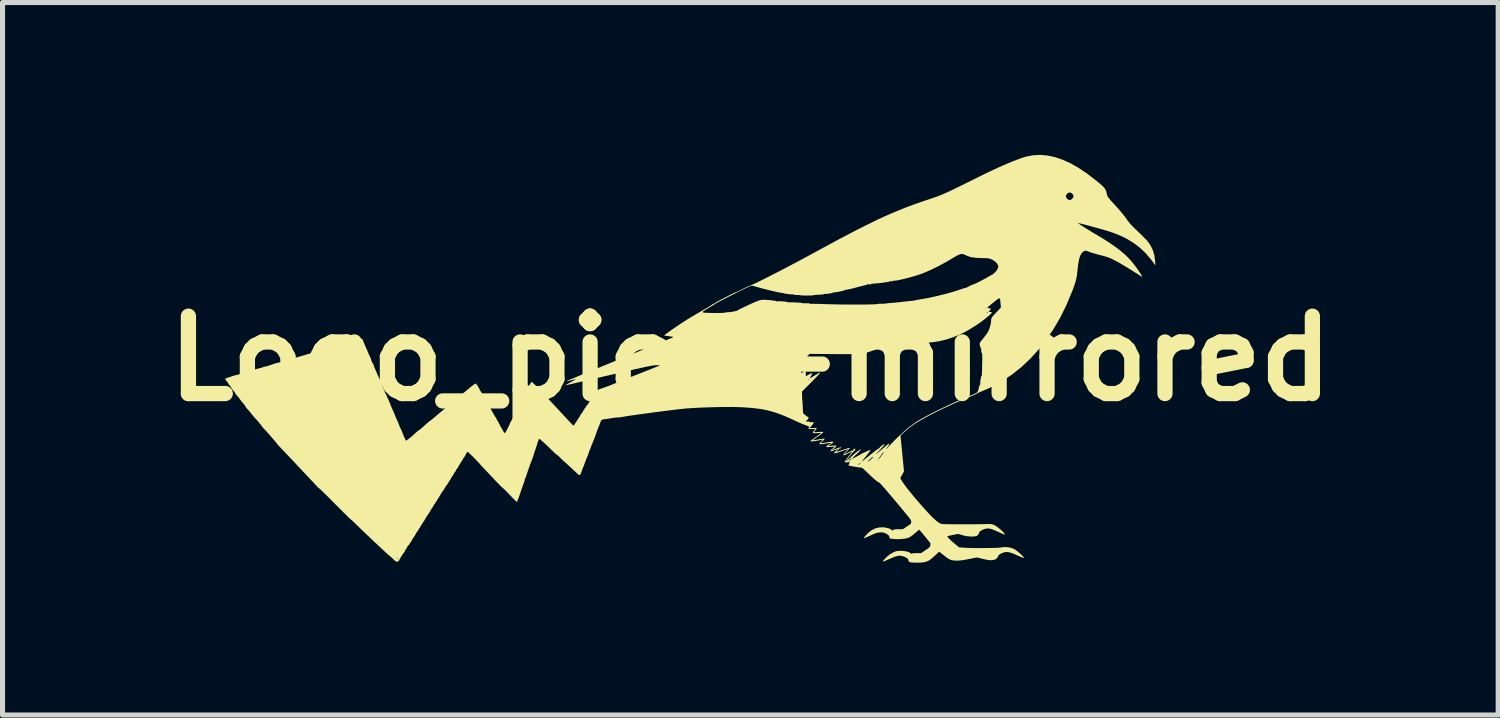
<source format=kicad_pcb>
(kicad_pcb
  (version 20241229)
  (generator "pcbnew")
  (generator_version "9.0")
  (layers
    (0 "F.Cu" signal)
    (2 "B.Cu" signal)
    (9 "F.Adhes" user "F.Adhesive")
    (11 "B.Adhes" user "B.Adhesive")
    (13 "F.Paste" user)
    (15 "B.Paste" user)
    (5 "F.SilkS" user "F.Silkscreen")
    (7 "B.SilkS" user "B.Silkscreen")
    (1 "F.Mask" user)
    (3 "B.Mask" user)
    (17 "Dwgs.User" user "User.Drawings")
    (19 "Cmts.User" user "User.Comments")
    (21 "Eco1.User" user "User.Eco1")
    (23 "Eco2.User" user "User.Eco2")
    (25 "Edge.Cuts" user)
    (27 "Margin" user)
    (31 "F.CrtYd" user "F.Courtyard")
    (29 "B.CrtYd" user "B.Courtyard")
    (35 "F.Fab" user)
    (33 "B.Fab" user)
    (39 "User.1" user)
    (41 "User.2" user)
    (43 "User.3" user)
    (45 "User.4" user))
  (footprint "Logo_pica-mirrored"
    (layer "F.Cu")
    (at 11.728 4.011)
    (property "Reference" "Logo_pica-mirrored" (at 0 0 0) (layer "F.SilkS") (effects (font (size 1.524 1.524) (thickness 0.3))))
    (attr board_only exclude_from_pos_files exclude_from_bom)
    (fp_poly (pts (xy 3.651 0.455) (xy 3.646 0.46) (xy 3.641 0.455) (xy 3.646 0.45)) (stroke (width 0) (type solid)) (fill yes) (layer "F.SilkS"))
    (fp_poly (pts (xy 5.574 -4.004) (xy 5.439 -3.979) (xy 5.35 -3.953) (xy 5.264 -3.921) (xy 5.177 -3.888) (xy 5.087 -3.851) (xy 4.991 -3.81) (xy 4.887 -3.764) (xy 4.775 -3.712) (xy 4.65 -3.653) (xy 4.513 -3.586) (xy 4.369 -3.514) (xy 4.25 -3.455) (xy 4.147 -3.404) (xy 4.058 -3.361) (xy 3.98 -3.323) (xy 3.913 -3.291) (xy 3.853 -3.264) (xy 3.799 -3.24) (xy 3.749 -3.219) (xy 3.701 -3.2) (xy 3.652 -3.182) (xy 3.602 -3.165) (xy 3.547 -3.146) (xy 3.504 -3.132) (xy 3.376 -3.089) (xy 3.253 -3.046) (xy 3.132 -3.002) (xy 3.014 -2.956) (xy 2.895 -2.908) (xy 2.774 -2.857) (xy 2.65 -2.803) (xy 2.522 -2.744) (xy 2.388 -2.679) (xy 2.246 -2.609) (xy 2.096 -2.533) (xy 1.934 -2.449) (xy 1.761 -2.358) (xy 1.574 -2.257) (xy 1.372 -2.148) (xy 1.281 -2.098) (xy 1.164 -2.035) (xy 1.046 -1.971) (xy 0.927 -1.908) (xy 0.809 -1.845) (xy 0.692 -1.784) (xy 0.58 -1.725) (xy 0.472 -1.67) (xy 0.37 -1.618) (xy 0.277 -1.571) (xy 0.193 -1.529) (xy 0.12 -1.493) (xy 0.059 -1.465) (xy 0.011 -1.443) (xy -0.021 -1.43) (xy -0.034 -1.426) (xy -0.046 -1.421) (xy -0.073 -1.409) (xy -0.111 -1.391) (xy -0.155 -1.369) (xy -0.168 -1.362) (xy -0.212 -1.34) (xy -0.249 -1.322) (xy -0.276 -1.31) (xy -0.289 -1.305) (xy -0.29 -1.306) (xy -0.298 -1.303) (xy -0.321 -1.293) (xy -0.355 -1.276) (xy -0.398 -1.255) (xy -0.411 -1.248) (xy -0.465 -1.22) (xy -0.521 -1.191) (xy -0.572 -1.165) (xy -0.611 -1.145) (xy -0.649 -1.124) (xy -0.682 -1.105) (xy -0.705 -1.089) (xy -0.71 -1.086) (xy -0.724 -1.075) (xy -0.73 -1.076) (xy -0.736 -1.076) (xy -0.752 -1.065) (xy -0.753 -1.063) (xy -0.768 -1.052) (xy -0.798 -1.033) (xy -0.839 -1.008) (xy -0.889 -0.979) (xy -0.944 -0.947) (xy -0.955 -0.941) (xy -1.021 -0.902) (xy -1.093 -0.86) (xy -1.165 -0.818) (xy -1.229 -0.778) (xy -1.272 -0.752) (xy -1.318 -0.722) (xy -1.37 -0.688) (xy -1.425 -0.651) (xy -1.481 -0.613) (xy -1.535 -0.576) (xy -1.586 -0.541) (xy -1.63 -0.509) (xy -1.665 -0.483) (xy -1.688 -0.465) (xy -1.698 -0.455) (xy -1.698 -0.455) (xy -1.688 -0.452) (xy -1.662 -0.448) (xy -1.625 -0.442) (xy -1.601 -0.439) (xy -1.559 -0.433) (xy -1.533 -0.429) (xy -1.522 -0.425) (xy -1.523 -0.42) (xy -1.532 -0.415) (xy -1.544 -0.409) (xy -1.574 -0.397) (xy -1.619 -0.378) (xy -1.68 -0.353) (xy -1.754 -0.323) (xy -1.841 -0.287) (xy -1.939 -0.247) (xy -2.047 -0.203) (xy -2.164 -0.155) (xy -2.289 -0.104) (xy -2.42 -0.05) (xy -2.557 0.005) (xy -2.594 0.02) (xy -2.731 0.076) (xy -2.862 0.13) (xy -2.987 0.181) (xy -3.105 0.229) (xy -3.213 0.274) (xy -3.312 0.314) (xy -3.399 0.351) (xy -3.474 0.382) (xy -3.535 0.407) (xy -3.582 0.427) (xy -3.613 0.44) (xy -3.627 0.447) (xy -3.628 0.447) (xy -3.623 0.448) (xy -3.61 0.446) (xy -3.587 0.441) (xy -3.551 0.433) (xy -3.5 0.42) (xy -3.436 0.404) (xy -3.437 0.407) (xy -3.452 0.417) (xy -3.48 0.433) (xy -3.518 0.454) (xy -3.523 0.458) (xy -3.579 0.488) (xy -3.617 0.51) (xy -3.638 0.524) (xy -3.641 0.529) (xy -3.631 0.526) (xy -3.619 0.523) (xy -3.59 0.516) (xy -3.543 0.505) (xy -3.481 0.491) (xy -3.406 0.473) (xy -3.318 0.453) (xy -3.22 0.43) (xy -3.112 0.405) (xy -2.995 0.378) (xy -2.873 0.349) (xy -2.769 0.325) (xy -2.62 0.291) (xy -2.488 0.26) (xy -2.373 0.234) (xy -2.274 0.211) (xy -2.189 0.192) (xy -2.117 0.176) (xy -2.056 0.163) (xy -2.006 0.153) (xy -1.966 0.145) (xy -1.933 0.139) (xy -1.906 0.135) (xy -1.885 0.133) (xy -1.867 0.132) (xy -1.852 0.132) (xy -1.85 0.132) (xy -1.777 0.135) (xy -2.216 0.309) (xy -2.308 0.345) (xy -2.397 0.38) (xy -2.48 0.413) (xy -2.555 0.443) (xy -2.62 0.47) (xy -2.673 0.491) (xy -2.712 0.507) (xy -2.731 0.515) (xy -2.775 0.533) (xy -2.829 0.553) (xy -2.884 0.573) (xy -2.906 0.58) (xy -2.964 0.601) (xy -3.005 0.618) (xy -3.029 0.634) (xy -3.04 0.649) (xy -3.041 0.655) (xy -3.048 0.669) (xy -3.061 0.683) (xy -3.076 0.701) (xy -3.081 0.715) (xy -3.086 0.729) (xy -3.09 0.73) (xy -3.099 0.739) (xy -3.111 0.759) (xy -3.111 0.761) (xy -3.127 0.787) (xy -3.145 0.806) (xy -3.158 0.816) (xy -3.158 0.82) (xy -3.158 0.827) (xy -3.167 0.845) (xy -3.171 0.849) (xy -3.184 0.872) (xy -3.191 0.888) (xy -3.191 0.889) (xy -3.199 0.902) (xy -3.211 0.91) (xy -3.227 0.926) (xy -3.231 0.938) (xy -3.239 0.957) (xy -3.252 0.968) (xy -3.265 0.981) (xy -3.267 0.989) (xy -3.27 1.001) (xy -3.282 1.016) (xy -3.296 1.033) (xy -3.301 1.046) (xy -3.308 1.062) (xy -3.317 1.071) (xy -3.335 1.092) (xy -3.343 1.105) (xy -3.371 1.157) (xy -3.395 1.189) (xy -3.408 1.207) (xy -3.411 1.217) (xy -3.418 1.231) (xy -3.431 1.245) (xy -3.444 1.261) (xy -3.446 1.27) (xy -3.45 1.281) (xy -3.464 1.298) (xy -3.465 1.299) (xy -3.488 1.321) (xy -3.557 1.248) (xy -3.594 1.208) (xy -3.633 1.167) (xy -3.666 1.131) (xy -3.676 1.12) (xy -3.698 1.096) (xy -3.731 1.061) (xy -3.771 1.017) (xy -3.817 0.968) (xy -3.865 0.917) (xy -3.881 0.9) (xy -3.937 0.841) (xy -3.998 0.776) (xy -4.06 0.71) (xy -4.117 0.649) (xy -4.166 0.598) (xy -4.207 0.554) (xy -4.244 0.517) (xy -4.275 0.487) (xy -4.297 0.467) (xy -4.308 0.46) (xy -4.308 0.46) (xy -4.318 0.469) (xy -4.333 0.491) (xy -4.35 0.522) (xy -4.352 0.525) (xy -4.368 0.558) (xy -4.383 0.583) (xy -4.392 0.595) (xy -4.392 0.596) (xy -4.398 0.607) (xy -4.397 0.61) (xy -4.399 0.622) (xy -4.406 0.63) (xy -4.416 0.647) (xy -4.415 0.656) (xy -4.416 0.668) (xy -4.421 0.67) (xy -4.43 0.678) (xy -4.432 0.686) (xy -4.437 0.704) (xy -4.449 0.729) (xy -4.464 0.752) (xy -4.472 0.76) (xy -4.481 0.774) (xy -4.494 0.799) (xy -4.507 0.828) (xy -4.518 0.853) (xy -4.522 0.868) (xy -4.522 0.868) (xy -4.528 0.879) (xy -4.532 0.88) (xy -4.541 0.888) (xy -4.542 0.894) (xy -4.546 0.909) (xy -4.558 0.936) (xy -4.573 0.969) (xy -4.59 1.001) (xy -4.604 1.027) (xy -4.614 1.041) (xy -4.615 1.041) (xy -4.624 1.056) (xy -4.625 1.063) (xy -4.634 1.083) (xy -4.641 1.094) (xy -4.648 1.107) (xy -4.647 1.11) (xy -4.646 1.117) (xy -4.657 1.13) (xy -4.668 1.145) (xy -4.669 1.15) (xy -4.67 1.158) (xy -4.68 1.176) (xy -4.687 1.187) (xy -4.702 1.212) (xy -4.711 1.232) (xy -4.712 1.237) (xy -4.718 1.249) (xy -4.722 1.25) (xy -4.731 1.258) (xy -4.732 1.262) (xy -4.736 1.278) (xy -4.747 1.305) (xy -4.763 1.34) (xy -4.782 1.377) (xy -4.801 1.414) (xy -4.818 1.444) (xy -4.831 1.465) (xy -4.837 1.471) (xy -4.846 1.462) (xy -4.861 1.44) (xy -4.878 1.41) (xy -4.88 1.406) (xy -4.898 1.373) (xy -4.913 1.348) (xy -4.922 1.335) (xy -4.923 1.335) (xy -4.931 1.321) (xy -4.932 1.315) (xy -4.938 1.296) (xy -4.947 1.283) (xy -4.959 1.265) (xy -4.963 1.255) (xy -4.969 1.241) (xy -4.978 1.229) (xy -4.992 1.209) (xy -4.996 1.197) (xy -5.004 1.177) (xy -5.013 1.163) (xy -5.029 1.143) (xy -5.036 1.13) (xy -5.045 1.113) (xy -5.06 1.087) (xy -5.067 1.075) (xy -5.087 1.04) (xy -5.108 1.002) (xy -5.114 0.99) (xy -5.13 0.961) (xy -5.144 0.939) (xy -5.15 0.932) (xy -5.16 0.914) (xy -5.162 0.906) (xy -5.169 0.889) (xy -5.177 0.88) (xy -5.19 0.861) (xy -5.192 0.849) (xy -5.196 0.834) (xy -5.202 0.83) (xy -5.207 0.829) (xy -5.214 0.822) (xy -5.223 0.807) (xy -5.236 0.782) (xy -5.256 0.744) (xy -5.274 0.708) (xy -5.291 0.676) (xy -5.307 0.651) (xy -5.317 0.641) (xy -5.33 0.622) (xy -5.332 0.61) (xy -5.339 0.589) (xy -5.347 0.58) (xy -5.36 0.564) (xy -5.362 0.556) (xy -5.367 0.545) (xy -5.412 0.545) (xy -5.417 0.55) (xy -5.422 0.545) (xy -5.417 0.54) (xy -5.412 0.545) (xy -5.367 0.545) (xy -5.369 0.542) (xy -5.383 0.52) (xy -5.387 0.516) (xy -5.403 0.498) (xy -5.415 0.493) (xy -5.429 0.5) (xy -5.434 0.504) (xy -5.485 0.541) (xy -5.529 0.577) (xy -5.577 0.617) (xy -5.601 0.638) (xy -5.638 0.669) (xy -5.674 0.698) (xy -5.703 0.719) (xy -5.712 0.725) (xy -5.736 0.741) (xy -5.751 0.755) (xy -5.754 0.758) (xy -5.762 0.768) (xy -5.781 0.787) (xy -5.808 0.811) (xy -5.837 0.837) (xy -5.867 0.862) (xy -5.892 0.883) (xy -5.911 0.897) (xy -5.918 0.9) (xy -5.918 0.9) (xy -5.925 0.904) (xy -5.942 0.918) (xy -5.963 0.937) (xy -5.998 0.968) (xy -6.036 1.001) (xy -6.055 1.017) (xy -6.083 1.04) (xy -6.12 1.071) (xy -6.161 1.106) (xy -6.192 1.132) (xy -6.23 1.165) (xy -6.265 1.194) (xy -6.294 1.216) (xy -6.309 1.227) (xy -6.33 1.242) (xy -6.359 1.266) (xy -6.392 1.295) (xy -6.403 1.305) (xy -6.453 1.351) (xy -6.491 1.384) (xy -6.515 1.403) (xy -6.529 1.41) (xy -6.529 1.411) (xy -6.539 1.417) (xy -6.559 1.434) (xy -6.586 1.458) (xy -6.592 1.463) (xy -6.641 1.508) (xy -6.683 1.545) (xy -6.723 1.577) (xy -6.745 1.593) (xy -6.782 1.621) (xy -6.813 1.555) (xy -6.829 1.521) (xy -6.841 1.493) (xy -6.847 1.478) (xy -6.847 1.477) (xy -6.852 1.461) (xy -6.862 1.436) (xy -6.867 1.426) (xy -6.883 1.39) (xy -6.899 1.356) (xy -6.901 1.351) (xy -6.912 1.327) (xy -6.918 1.312) (xy -6.918 1.311) (xy -6.925 1.291) (xy -6.938 1.259) (xy -6.953 1.225) (xy -6.976 1.174) (xy -6.992 1.138) (xy -7.001 1.115) (xy -7.005 1.103) (xy -7.005 1.1) (xy -7.009 1.089) (xy -7.016 1.075) (xy -7.025 1.058) (xy -7.028 1.05) (xy -7.032 1.039) (xy -7.042 1.016) (xy -7.046 1.008) (xy -7.067 0.961) (xy -7.081 0.929) (xy -7.089 0.907) (xy -7.092 0.893) (xy -7.093 0.886) (xy -7.098 0.872) (xy -7.103 0.87) (xy -7.111 0.862) (xy -7.113 0.851) (xy -7.117 0.832) (xy -7.123 0.825) (xy -7.131 0.811) (xy -7.133 0.8) (xy -7.137 0.784) (xy -7.144 0.78) (xy -7.151 0.773) (xy -7.15 0.768) (xy -7.153 0.751) (xy -7.16 0.742) (xy -7.169 0.727) (xy -7.168 0.721) (xy -7.17 0.709) (xy -7.178 0.7) (xy -7.19 0.685) (xy -7.193 0.678) (xy -7.197 0.663) (xy -7.206 0.639) (xy -7.207 0.637) (xy -7.224 0.597) (xy -7.234 0.571) (xy -7.237 0.556) (xy -7.238 0.555) (xy -7.243 0.539) (xy -7.248 0.53) (xy -7.256 0.515) (xy -7.258 0.51) (xy -7.262 0.499) (xy -7.272 0.476) (xy -7.277 0.465) (xy -7.307 0.399) (xy -7.328 0.35) (xy -7.342 0.32) (xy -7.344 0.315) (xy -7.359 0.278) (xy -7.378 0.235) (xy -7.395 0.196) (xy -7.408 0.167) (xy -7.409 0.166) (xy -7.417 0.144) (xy -7.417 0.129) (xy -7.417 0.129) (xy -7.418 0.12) (xy -7.42 0.12) (xy -7.428 0.112) (xy -7.44 0.091) (xy -7.454 0.064) (xy -7.465 0.037) (xy -7.472 0.016) (xy -7.473 0.011) (xy -7.477 -0.003) (xy -7.488 -0.027) (xy -7.494 -0.042) (xy -7.509 -0.072) (xy -7.52 -0.098) (xy -7.523 -0.105) (xy -7.532 -0.126) (xy -7.545 -0.156) (xy -7.551 -0.17) (xy -7.568 -0.208) (xy -7.586 -0.251) (xy -7.605 -0.294) (xy -7.621 -0.333) (xy -7.632 -0.362) (xy -7.636 -0.373) (xy -7.65 -0.387) (xy -7.662 -0.39) (xy -7.676 -0.387) (xy -7.707 -0.38) (xy -7.751 -0.367) (xy -7.808 -0.351) (xy -7.873 -0.333) (xy -7.944 -0.312) (xy -7.967 -0.305) (xy -8.04 -0.283) (xy -8.108 -0.263) (xy -8.167 -0.246) (xy -8.217 -0.232) (xy -8.253 -0.222) (xy -8.273 -0.216) (xy -8.275 -0.216) (xy -8.295 -0.212) (xy -8.303 -0.21) (xy -8.317 -0.209) (xy -8.317 -0.209) (xy -8.331 -0.204) (xy -8.332 -0.203) (xy -8.345 -0.196) (xy -8.371 -0.186) (xy -8.406 -0.174) (xy -8.446 -0.163) (xy -8.484 -0.153) (xy -8.515 -0.146) (xy -8.524 -0.145) (xy -8.557 -0.139) (xy -8.592 -0.129) (xy -8.623 -0.118) (xy -8.638 -0.111) (xy -8.653 -0.105) (xy -8.68 -0.096) (xy -8.703 -0.091) (xy -8.735 -0.082) (xy -8.76 -0.075) (xy -8.768 -0.072) (xy -8.787 -0.064) (xy -8.793 -0.063) (xy -8.807 -0.06) (xy -8.837 -0.051) (xy -8.88 -0.039) (xy -8.932 -0.024) (xy -8.99 -0.007) (xy -8.993 -0.006) (xy -9.051 0.011) (xy -9.102 0.025) (xy -9.143 0.036) (xy -9.172 0.042) (xy -9.185 0.044) (xy -9.186 0.044) (xy -9.193 0.046) (xy -9.194 0.05) (xy -9.201 0.058) (xy -9.208 0.057) (xy -9.224 0.057) (xy -9.229 0.061) (xy -9.241 0.066) (xy -9.244 0.065) (xy -9.256 0.067) (xy -9.259 0.071) (xy -9.273 0.077) (xy -9.28 0.076) (xy -9.292 0.076) (xy -9.294 0.079) (xy -9.302 0.085) (xy -9.323 0.088) (xy -9.324 0.088) (xy -9.351 0.092) (xy -9.369 0.101) (xy -9.381 0.107) (xy -9.384 0.105) (xy -9.39 0.104) (xy -9.399 0.11) (xy -9.411 0.117) (xy -9.414 0.115) (xy -9.42 0.114) (xy -9.429 0.12) (xy -9.441 0.127) (xy -9.444 0.125) (xy -9.45 0.124) (xy -9.459 0.13) (xy -9.471 0.138) (xy -9.474 0.137) (xy -9.482 0.137) (xy -9.502 0.143) (xy -9.509 0.146) (xy -9.531 0.154) (xy -9.543 0.156) (xy -9.544 0.156) (xy -9.552 0.156) (xy -9.573 0.162) (xy -9.586 0.166) (xy -9.617 0.177) (xy -9.643 0.184) (xy -9.649 0.186) (xy -9.668 0.19) (xy -9.7 0.199) (xy -9.734 0.209) (xy -9.84 0.242) (xy -9.928 0.268) (xy -10 0.29) (xy -10.057 0.306) (xy -10.101 0.319) (xy -10.133 0.327) (xy -10.154 0.333) (xy -10.164 0.334) (xy -10.184 0.34) (xy -10.189 0.342) (xy -10.203 0.348) (xy -10.231 0.357) (xy -10.266 0.368) (xy -10.272 0.369) (xy -10.306 0.381) (xy -10.332 0.392) (xy -10.344 0.401) (xy -10.344 0.402) (xy -10.338 0.415) (xy -10.322 0.437) (xy -10.314 0.447) (xy -10.296 0.469) (xy -10.285 0.486) (xy -10.284 0.489) (xy -10.278 0.501) (xy -10.262 0.521) (xy -10.254 0.53) (xy -10.236 0.552) (xy -10.225 0.57) (xy -10.224 0.574) (xy -10.218 0.587) (xy -10.201 0.609) (xy -10.184 0.629) (xy -10.162 0.655) (xy -10.148 0.676) (xy -10.144 0.685) (xy -10.137 0.699) (xy -10.121 0.719) (xy -10.113 0.726) (xy -10.087 0.755) (xy -10.064 0.787) (xy -10.061 0.79) (xy -10.043 0.816) (xy -10.018 0.849) (xy -9.992 0.879) (xy -9.968 0.907) (xy -9.951 0.93) (xy -9.944 0.944) (xy -9.944 0.944) (xy -9.937 0.958) (xy -9.92 0.979) (xy -9.909 0.991) (xy -9.882 1.019) (xy -9.853 1.054) (xy -9.837 1.075) (xy -9.813 1.106) (xy -9.781 1.144) (xy -9.746 1.184) (xy -9.731 1.2) (xy -9.697 1.237) (xy -9.665 1.276) (xy -9.639 1.308) (xy -9.631 1.32) (xy -9.609 1.35) (xy -9.587 1.376) (xy -9.578 1.385) (xy -9.556 1.408) (xy -9.525 1.441) (xy -9.489 1.481) (xy -9.45 1.525) (xy -9.411 1.571) (xy -9.375 1.613) (xy -9.344 1.65) (xy -9.323 1.678) (xy -9.314 1.689) (xy -9.304 1.701) (xy -9.283 1.724) (xy -9.254 1.755) (xy -9.22 1.791) (xy -9.217 1.794) (xy -9.183 1.829) (xy -9.139 1.875) (xy -9.089 1.928) (xy -9.035 1.985) (xy -8.981 2.042) (xy -8.959 2.066) (xy -8.902 2.127) (xy -8.839 2.194) (xy -8.776 2.261) (xy -8.716 2.324) (xy -8.665 2.379) (xy -8.654 2.39) (xy -8.612 2.434) (xy -8.575 2.475) (xy -8.544 2.508) (xy -8.522 2.532) (xy -8.511 2.544) (xy -8.511 2.545) (xy -8.504 2.55) (xy -8.504 2.546) (xy -8.497 2.551) (xy -8.477 2.569) (xy -8.447 2.598) (xy -8.406 2.638) (xy -8.357 2.686) (xy -8.301 2.741) (xy -8.24 2.803) (xy -8.189 2.854) (xy -8.123 2.92) (xy -8.062 2.981) (xy -8.007 3.036) (xy -7.959 3.083) (xy -7.919 3.122) (xy -7.89 3.151) (xy -7.872 3.167) (xy -7.867 3.171) (xy -7.857 3.178) (xy -7.837 3.196) (xy -7.807 3.224) (xy -7.771 3.258) (xy -7.754 3.276) (xy -7.706 3.322) (xy -7.654 3.373) (xy -7.603 3.422) (xy -7.56 3.463) (xy -7.558 3.465) (xy -7.512 3.509) (xy -7.46 3.558) (xy -7.41 3.605) (xy -7.383 3.63) (xy -7.313 3.696) (xy -7.256 3.75) (xy -7.21 3.792) (xy -7.175 3.825) (xy -7.147 3.85) (xy -7.127 3.868) (xy -7.112 3.88) (xy -7.108 3.883) (xy -7.083 3.904) (xy -7.053 3.931) (xy -7.039 3.944) (xy -7.005 3.977) (xy -6.981 3.996) (xy -6.962 4.003) (xy -6.947 4) (xy -6.935 3.992) (xy -6.919 3.977) (xy -6.913 3.967) (xy -6.908 3.954) (xy -6.899 3.938) (xy -6.946 3.938) (xy -6.948 3.942) (xy -6.957 3.951) (xy -6.958 3.952) (xy -6.963 3.944) (xy -6.963 3.942) (xy -6.955 3.932) (xy -6.952 3.932) (xy -6.946 3.938) (xy -6.899 3.938) (xy -6.894 3.929) (xy -6.876 3.898) (xy -6.855 3.867) (xy -6.836 3.839) (xy -6.821 3.82) (xy -6.815 3.814) (xy -6.807 3.805) (xy -6.808 3.802) (xy -6.805 3.789) (xy -6.794 3.77) (xy -6.793 3.769) (xy -6.779 3.749) (xy -6.773 3.737) (xy -6.773 3.737) (xy -6.767 3.724) (xy -6.753 3.702) (xy -6.736 3.68) (xy -6.72 3.663) (xy -6.715 3.658) (xy -6.706 3.647) (xy -6.707 3.642) (xy -6.706 3.636) (xy -7.313 3.636) (xy -7.318 3.641) (xy -7.323 3.636) (xy -7.318 3.631) (xy -7.313 3.636) (xy -6.706 3.636) (xy -6.705 3.63) (xy -6.696 3.62) (xy -6.679 3.6) (xy -6.671 3.587) (xy -6.645 3.538) (xy -6.62 3.504) (xy -6.607 3.486) (xy -6.602 3.476) (xy -7.483 3.476) (xy -7.488 3.481) (xy -7.493 3.476) (xy -7.488 3.471) (xy -7.483 3.476) (xy -6.602 3.476) (xy -6.594 3.46) (xy -6.58 3.435) (xy -6.563 3.41) (xy -6.548 3.391) (xy -6.543 3.386) (xy -6.536 3.375) (xy -6.537 3.372) (xy -6.535 3.36) (xy -6.526 3.35) (xy -6.509 3.33) (xy -6.502 3.317) (xy -6.495 3.302) (xy -6.485 3.285) (xy -6.471 3.263) (xy -6.449 3.23) (xy -6.435 3.209) (xy -6.417 3.183) (xy -6.406 3.163) (xy -6.403 3.156) (xy -6.397 3.146) (xy -6.384 3.124) (xy -6.37 3.103) (xy -6.343 3.063) (xy -6.325 3.036) (xy -7.943 3.036) (xy -7.948 3.041) (xy -7.953 3.036) (xy -7.948 3.031) (xy -7.943 3.036) (xy -6.325 3.036) (xy -6.325 3.036) (xy -6.314 3.017) (xy -6.307 3.004) (xy -6.306 3.001) (xy -6.296 2.985) (xy -6.28 2.959) (xy -6.266 2.939) (xy -6.248 2.911) (xy -6.236 2.89) (xy -6.232 2.881) (xy -6.226 2.871) (xy -6.223 2.871) (xy -6.214 2.863) (xy -6.204 2.842) (xy -6.204 2.841) (xy -6.194 2.82) (xy -6.183 2.811) (xy -6.183 2.811) (xy -6.173 2.803) (xy -6.172 2.797) (xy -6.166 2.778) (xy -6.159 2.769) (xy -6.145 2.751) (xy -6.132 2.729) (xy -6.107 2.686) (xy -6.084 2.647) (xy -6.063 2.616) (xy -6.048 2.596) (xy -6.042 2.591) (xy -6.033 2.583) (xy -6.032 2.577) (xy -6.026 2.558) (xy -6.019 2.549) (xy -6.004 2.528) (xy -5.998 2.513) (xy -5.989 2.496) (xy -5.981 2.491) (xy -5.97 2.483) (xy -5.962 2.468) (xy -5.928 2.408) (xy -5.907 2.381) (xy -5.897 2.367) (xy -5.897 2.361) (xy -5.898 2.355) (xy -5.887 2.341) (xy -5.869 2.316) (xy -8.663 2.316) (xy -8.668 2.321) (xy -8.673 2.316) (xy -8.668 2.311) (xy -8.663 2.316) (xy -5.869 2.316) (xy -5.853 2.293) (xy -5.834 2.255) (xy -5.819 2.232) (xy -5.808 2.222) (xy -5.798 2.208) (xy -5.797 2.201) (xy -5.795 2.189) (xy -5.786 2.18) (xy -5.769 2.16) (xy -5.761 2.146) (xy -5.749 2.124) (xy -5.733 2.097) (xy -5.732 2.096) (xy -5.717 2.071) (xy -5.706 2.052) (xy -5.706 2.051) (xy -5.695 2.033) (xy -5.679 2.013) (xy -5.667 1.998) (xy -5.667 1.991) (xy -5.667 1.991) (xy -5.667 1.985) (xy -5.657 1.971) (xy -5.643 1.953) (xy -5.628 1.931) (xy -5.611 1.899) (xy -5.597 1.873) (xy -5.584 1.85) (xy -5.573 1.837) (xy -5.572 1.836) (xy -5.563 1.841) (xy -5.543 1.858) (xy -5.515 1.885) (xy -5.48 1.918) (xy -5.443 1.955) (xy -5.405 1.994) (xy -5.369 2.032) (xy -5.338 2.066) (xy -5.321 2.085) (xy -5.294 2.116) (xy -5.266 2.146) (xy -5.257 2.156) (xy -5.242 2.171) (xy -5.215 2.199) (xy -5.179 2.237) (xy -5.137 2.282) (xy -5.09 2.331) (xy -5.057 2.366) (xy -5.01 2.416) (xy -4.967 2.46) (xy -4.93 2.498) (xy -4.901 2.527) (xy -4.882 2.544) (xy -4.876 2.549) (xy -4.866 2.557) (xy -4.845 2.577) (xy -4.815 2.607) (xy -4.778 2.645) (xy -4.738 2.686) (xy -4.697 2.729) (xy -4.661 2.766) (xy -4.631 2.795) (xy -4.611 2.814) (xy -4.602 2.821) (xy -4.598 2.819) (xy -4.593 2.813) (xy -4.586 2.799) (xy -4.577 2.775) (xy -4.563 2.738) (xy -4.545 2.687) (xy -4.531 2.646) (xy -4.513 2.593) (xy -4.494 2.54) (xy -4.477 2.492) (xy -4.468 2.467) (xy -4.456 2.433) (xy -4.448 2.406) (xy -4.447 2.391) (xy -4.447 2.391) (xy -4.446 2.38) (xy -4.444 2.379) (xy -4.438 2.369) (xy -4.428 2.344) (xy -4.414 2.308) (xy -4.405 2.281) (xy -4.38 2.207) (xy -4.355 2.136) (xy -4.332 2.071) (xy -4.311 2.016) (xy -4.295 1.974) (xy -4.289 1.958) (xy -4.277 1.928) (xy -4.269 1.902) (xy -4.268 1.898) (xy -4.263 1.873) (xy -4.259 1.861) (xy -4.24 1.808) (xy -4.239 1.806) (xy -9.144 1.806) (xy -9.149 1.811) (xy -9.154 1.806) (xy -9.149 1.801) (xy -9.144 1.806) (xy -4.239 1.806) (xy -4.22 1.751) (xy -4.203 1.698) (xy -4.196 1.671) (xy -4.186 1.639) (xy -4.176 1.614) (xy -4.171 1.605) (xy -4.167 1.591) (xy -4.169 1.586) (xy -4.168 1.581) (xy -4.159 1.582) (xy -4.144 1.591) (xy -4.117 1.612) (xy -4.078 1.646) (xy -4.03 1.69) (xy -3.973 1.744) (xy -3.91 1.806) (xy -3.882 1.833) (xy -3.852 1.862) (xy -3.826 1.885) (xy -3.809 1.899) (xy -3.804 1.901) (xy -3.793 1.908) (xy -3.772 1.925) (xy -3.75 1.948) (xy -3.717 1.982) (xy -3.681 2.016) (xy -3.661 2.034) (xy -3.62 2.07) (xy -3.571 2.115) (xy -3.519 2.163) (xy -3.468 2.21) (xy -3.425 2.25) (xy -3.418 2.257) (xy -3.392 2.282) (xy -3.375 2.293) (xy -3.364 2.295) (xy -3.355 2.289) (xy -3.341 2.27) (xy -3.338 2.26) (xy -3.332 2.24) (xy -3.33 2.236) (xy -3.323 2.221) (xy -3.314 2.195) (xy -3.311 2.186) (xy -3.302 2.158) (xy -3.293 2.139) (xy -3.291 2.136) (xy -3.284 2.121) (xy -3.274 2.094) (xy -3.266 2.071) (xy -3.255 2.038) (xy -3.244 2.013) (xy -3.239 2.003) (xy -3.233 1.993) (xy -3.235 1.991) (xy -3.235 1.983) (xy -3.227 1.963) (xy -3.22 1.949) (xy -3.204 1.913) (xy -3.189 1.872) (xy -3.184 1.857) (xy -3.174 1.826) (xy -3.165 1.803) (xy -3.162 1.796) (xy -3.154 1.78) (xy -3.144 1.754) (xy -3.141 1.746) (xy -3.132 1.718) (xy -3.124 1.699) (xy -3.123 1.696) (xy -3.116 1.682) (xy -3.116 1.681) (xy -3.111 1.669) (xy -3.102 1.645) (xy -3.091 1.617) (xy -3.084 1.601) (xy -3.078 1.585) (xy -3.076 1.581) (xy -3.071 1.568) (xy -3.068 1.561) (xy -3.061 1.542) (xy -3.051 1.514) (xy -3.046 1.501) (xy -3.025 1.44) (xy -3.008 1.395) (xy -2.996 1.363) (xy -2.987 1.339) (xy -2.979 1.321) (xy -2.976 1.314) (xy -2.966 1.291) (xy -2.961 1.276) (xy -2.961 1.276) (xy -2.957 1.263) (xy -2.948 1.24) (xy -2.945 1.235) (xy -2.937 1.219) (xy -2.927 1.209) (xy -2.91 1.202) (xy -2.883 1.196) (xy -2.843 1.191) (xy -2.796 1.184) (xy -2.75 1.177) (xy -2.714 1.171) (xy -2.708 1.17) (xy -2.667 1.164) (xy -2.625 1.161) (xy -2.615 1.16) (xy -2.575 1.158) (xy -2.535 1.153) (xy -2.528 1.151) (xy -2.494 1.145) (xy -2.443 1.136) (xy -2.377 1.126) (xy -2.299 1.115) (xy -2.21 1.102) (xy -2.113 1.088) (xy -2.01 1.075) (xy -1.904 1.06) (xy -1.798 1.047) (xy -1.693 1.033) (xy -1.592 1.021) (xy -1.498 1.009) (xy -1.412 0.999) (xy -1.338 0.991) (xy -1.277 0.984) (xy -1.235 0.981) (xy -1.131 0.974) (xy -1.015 0.968) (xy -0.892 0.963) (xy -0.765 0.959) (xy -0.637 0.956) (xy -0.513 0.954) (xy -0.397 0.954) (xy -0.291 0.955) (xy -0.201 0.958) (xy -0.174 0.959) (xy -0.026 0.968) (xy 0.106 0.981) (xy 0.227 0.998) (xy 0.34 1.021) (xy 0.449 1.05) (xy 0.56 1.087) (xy 0.675 1.132) (xy 0.799 1.186) (xy 0.84 1.205) (xy 0.896 1.231) (xy 0.95 1.256) (xy 0.998 1.277) (xy 1.035 1.292) (xy 1.05 1.298) (xy 1.098 1.316) (xy 1.13 1.328) (xy 1.148 1.336) (xy 1.156 1.343) (xy 1.156 1.348) (xy 1.151 1.355) (xy 1.15 1.356) (xy 1.142 1.374) (xy 1.154 1.385) (xy 1.183 1.39) (xy 1.219 1.389) (xy 1.279 1.384) (xy 1.249 1.422) (xy 1.233 1.445) (xy 1.229 1.459) (xy 1.238 1.468) (xy 1.262 1.471) (xy 1.304 1.469) (xy 1.329 1.468) (xy 1.367 1.465) (xy 1.388 1.465) (xy 1.394 1.467) (xy 1.389 1.473) (xy 1.381 1.479) (xy 1.361 1.493) (xy 1.331 1.514) (xy 1.297 1.539) (xy 1.291 1.543) (xy 1.257 1.567) (xy 1.226 1.59) (xy 1.204 1.605) (xy 1.202 1.606) (xy 1.186 1.62) (xy 1.185 1.629) (xy 1.199 1.633) (xy 1.23 1.631) (xy 1.279 1.624) (xy 1.326 1.616) (xy 1.22 1.616) (xy 1.215 1.621) (xy 1.21 1.616) (xy 1.215 1.611) (xy 1.22 1.616) (xy 1.326 1.616) (xy 1.345 1.612) (xy 1.423 1.596) (xy 1.425 1.6) (xy 1.415 1.614) (xy 1.393 1.635) (xy 1.393 1.636) (xy 1.369 1.659) (xy 1.359 1.675) (xy 1.362 1.684) (xy 1.381 1.687) (xy 1.416 1.685) (xy 1.469 1.677) (xy 1.491 1.673) (xy 1.541 1.664) (xy 1.573 1.661) (xy 1.587 1.662) (xy 1.584 1.669) (xy 1.565 1.681) (xy 1.54 1.695) (xy 1.514 1.711) (xy 1.498 1.726) (xy 1.496 1.732) (xy 1.499 1.74) (xy 1.511 1.744) (xy 1.534 1.744) (xy 1.573 1.741) (xy 1.606 1.738) (xy 1.666 1.731) (xy 1.616 1.774) (xy 1.589 1.801) (xy 1.578 1.818) (xy 1.585 1.825) (xy 1.609 1.821) (xy 1.65 1.808) (xy 1.665 1.802) (xy 1.7 1.789) (xy 1.726 1.78) (xy 1.74 1.776) (xy 1.741 1.776) (xy 1.733 1.783) (xy 1.714 1.798) (xy 1.689 1.816) (xy 1.66 1.839) (xy 1.648 1.854) (xy 1.649 1.863) (xy 1.661 1.865) (xy 1.686 1.861) (xy 1.726 1.85) (xy 1.737 1.846) (xy 1.681 1.846) (xy 1.676 1.851) (xy 1.671 1.846) (xy 1.676 1.841) (xy 1.681 1.846) (xy 1.737 1.846) (xy 1.782 1.831) (xy 1.791 1.827) (xy 1.922 1.781) (xy 1.871 1.84) (xy 1.848 1.869) (xy 1.834 1.891) (xy 1.829 1.904) (xy 1.83 1.905) (xy 1.843 1.904) (xy 1.869 1.895) (xy 1.903 1.879) (xy 1.92 1.871) (xy 1.956 1.854) (xy 1.983 1.841) (xy 1.999 1.836) (xy 2.001 1.836) (xy 1.995 1.845) (xy 1.979 1.867) (xy 1.955 1.898) (xy 1.926 1.935) (xy 1.925 1.936) (xy 1.897 1.973) (xy 1.874 2.005) (xy 1.859 2.028) (xy 1.854 2.039) (xy 1.854 2.039) (xy 1.867 2.044) (xy 1.892 2.045) (xy 1.919 2.042) (xy 1.943 2.036) (xy 1.943 2.036) (xy 1.954 2.033) (xy 1.955 2.039) (xy 1.949 2.057) (xy 1.945 2.066) (xy 1.936 2.09) (xy 1.934 2.106) (xy 1.934 2.108) (xy 1.946 2.111) (xy 1.973 2.116) (xy 2.012 2.123) (xy 2.06 2.131) (xy 2.072 2.133) (xy 2.205 2.153) (xy 2.354 2.295) (xy 2.412 2.348) (xy 2.459 2.39) (xy 2.494 2.419) (xy 2.517 2.434) (xy 2.524 2.436) (xy 2.533 2.44) (xy 2.549 2.454) (xy 2.573 2.478) (xy 2.605 2.513) (xy 2.646 2.56) (xy 2.698 2.62) (xy 2.76 2.693) (xy 2.834 2.78) (xy 2.859 2.811) (xy 2.931 2.896) (xy 2.99 2.968) (xy 3.039 3.027) (xy 3.078 3.074) (xy 3.109 3.112) (xy 3.132 3.142) (xy 3.148 3.165) (xy 3.159 3.182) (xy 3.165 3.195) (xy 3.167 3.205) (xy 3.167 3.213) (xy 3.166 3.221) (xy 3.161 3.244) (xy 3.158 3.257) (xy 3.158 3.257) (xy 3.149 3.263) (xy 3.128 3.277) (xy 3.098 3.297) (xy 3.079 3.31) (xy 3.002 3.361) (xy 2.915 3.361) (xy 2.868 3.362) (xy 2.837 3.366) (xy 2.817 3.372) (xy 2.81 3.378) (xy 2.796 3.389) (xy 2.789 3.385) (xy 2.785 3.378) (xy 2.772 3.366) (xy 2.745 3.353) (xy 2.709 3.34) (xy 2.622 3.323) (xy 2.537 3.326) (xy 2.455 3.347) (xy 2.379 3.387) (xy 2.346 3.412) (xy 2.316 3.439) (xy 2.287 3.468) (xy 2.261 3.496) (xy 2.242 3.519) (xy 2.233 3.534) (xy 2.233 3.537) (xy 2.244 3.535) (xy 2.269 3.526) (xy 2.305 3.511) (xy 2.349 3.491) (xy 2.362 3.485) (xy 2.418 3.46) (xy 2.46 3.443) (xy 2.495 3.432) (xy 2.526 3.426) (xy 2.551 3.424) (xy 2.591 3.423) (xy 2.622 3.427) (xy 2.653 3.439) (xy 2.671 3.448) (xy 2.705 3.468) (xy 2.725 3.486) (xy 2.737 3.509) (xy 2.737 3.511) (xy 2.749 3.546) (xy 2.832 3.554) (xy 2.898 3.558) (xy 2.966 3.555) (xy 3.031 3.548) (xy 3.087 3.537) (xy 3.129 3.523) (xy 3.13 3.522) (xy 3.156 3.506) (xy 3.191 3.481) (xy 3.228 3.451) (xy 3.245 3.436) (xy 3.277 3.409) (xy 3.303 3.387) (xy 3.32 3.374) (xy 3.324 3.371) (xy 3.332 3.379) (xy 3.35 3.399) (xy 3.376 3.428) (xy 3.406 3.464) (xy 3.438 3.503) (xy 3.47 3.543) (xy 3.5 3.58) (xy 3.524 3.611) (xy 3.54 3.632) (xy 3.545 3.642) (xy 3.544 3.658) (xy 3.543 3.681) (xy 3.54 3.696) (xy 3.532 3.71) (xy 3.514 3.727) (xy 3.485 3.749) (xy 3.452 3.771) (xy 3.362 3.832) (xy 3.272 3.832) (xy 3.225 3.833) (xy 3.192 3.836) (xy 3.176 3.842) (xy 3.175 3.843) (xy 3.167 3.847) (xy 3.16 3.839) (xy 3.141 3.822) (xy 3.106 3.807) (xy 3.059 3.796) (xy 3.005 3.788) (xy 2.961 3.787) (xy 2.916 3.787) (xy 2.883 3.791) (xy 2.853 3.8) (xy 2.818 3.815) (xy 2.806 3.821) (xy 2.745 3.857) (xy 2.685 3.907) (xy 2.667 3.925) (xy 2.638 3.955) (xy 2.618 3.979) (xy 2.608 3.995) (xy 2.608 3.999) (xy 2.62 3.996) (xy 2.647 3.986) (xy 2.685 3.971) (xy 2.73 3.951) (xy 2.742 3.946) (xy 2.811 3.916) (xy 2.868 3.895) (xy 2.914 3.885) (xy 2.955 3.883) (xy 2.994 3.89) (xy 3.035 3.905) (xy 3.04 3.907) (xy 3.074 3.923) (xy 3.094 3.937) (xy 3.105 3.953) (xy 3.111 3.972) (xy 3.118 3.993) (xy 3.129 4.005) (xy 3.148 4.012) (xy 3.174 4.015) (xy 3.229 4.019) (xy 3.292 4.02) (xy 3.356 4.018) (xy 3.411 4.013) (xy 3.424 4.011) (xy 3.472 3.998) (xy 3.52 3.974) (xy 3.573 3.936) (xy 3.633 3.883) (xy 3.641 3.876) (xy 3.717 3.803) (xy 3.817 3.881) (xy 3.862 3.916) (xy 3.897 3.94) (xy 3.926 3.956) (xy 3.952 3.967) (xy 3.974 3.972) (xy 4.031 3.979) (xy 4.1 3.979) (xy 4.182 3.97) (xy 4.28 3.953) (xy 4.319 3.945) (xy 4.368 3.935) (xy 4.411 3.927) (xy 4.443 3.921) (xy 4.461 3.919) (xy 4.462 3.919) (xy 4.477 3.921) (xy 4.507 3.928) (xy 4.547 3.938) (xy 4.576 3.945) (xy 4.664 3.965) (xy 4.736 3.972) (xy 4.794 3.966) (xy 4.837 3.948) (xy 4.867 3.918) (xy 4.875 3.901) (xy 4.888 3.876) (xy 4.906 3.858) (xy 4.935 3.841) (xy 4.946 3.836) (xy 4.987 3.819) (xy 5.025 3.811) (xy 5.063 3.81) (xy 5.106 3.818) (xy 5.158 3.834) (xy 5.222 3.861) (xy 5.246 3.872) (xy 5.295 3.893) (xy 5.336 3.91) (xy 5.368 3.922) (xy 5.386 3.928) (xy 5.389 3.928) (xy 5.386 3.918) (xy 5.371 3.898) (xy 5.345 3.873) (xy 5.314 3.843) (xy 5.279 3.813) (xy 5.244 3.785) (xy 5.212 3.762) (xy 5.187 3.747) (xy 5.122 3.725) (xy 5.049 3.713) (xy 4.977 3.714) (xy 4.936 3.721) (xy 4.913 3.724) (xy 4.874 3.726) (xy 4.82 3.729) (xy 4.755 3.73) (xy 4.682 3.731) (xy 4.604 3.732) (xy 4.524 3.732) (xy 4.445 3.732) (xy 4.369 3.731) (xy 4.3 3.729) (xy 4.24 3.727) (xy 4.203 3.725) (xy 4.109 3.718) (xy 4.023 3.646) (xy 3.963 3.595) (xy 3.92 3.555) (xy 3.892 3.526) (xy 3.879 3.507) (xy 3.881 3.498) (xy 3.882 3.497) (xy 3.898 3.494) (xy 3.928 3.487) (xy 3.967 3.478) (xy 3.993 3.473) (xy 4.089 3.453) (xy 4.173 3.478) (xy 4.249 3.497) (xy 4.325 3.504) (xy 4.347 3.505) (xy 4.405 3.504) (xy 4.447 3.496) (xy 4.475 3.482) (xy 4.492 3.459) (xy 4.5 3.439) (xy 4.508 3.418) (xy 4.525 3.401) (xy 4.554 3.383) (xy 4.566 3.376) (xy 4.613 3.356) (xy 4.657 3.347) (xy 4.702 3.348) (xy 4.753 3.36) (xy 4.815 3.384) (xy 4.842 3.396) (xy 4.902 3.423) (xy 4.945 3.443) (xy 4.976 3.456) (xy 4.995 3.463) (xy 5.006 3.466) (xy 5.011 3.465) (xy 5.012 3.462) (xy 5.005 3.447) (xy 4.985 3.424) (xy 4.956 3.395) (xy 4.921 3.364) (xy 4.885 3.334) (xy 4.851 3.308) (xy 4.821 3.289) (xy 4.816 3.286) (xy 4.787 3.273) (xy 4.763 3.264) (xy 4.738 3.26) (xy 4.704 3.258) (xy 4.657 3.259) (xy 4.657 3.259) (xy 4.592 3.261) (xy 4.517 3.262) (xy 4.436 3.263) (xy 4.349 3.263) (xy 4.26 3.264) (xy 4.172 3.264) (xy 4.086 3.264) (xy 4.005 3.263) (xy 3.933 3.263) (xy 3.87 3.262) (xy 3.821 3.261) (xy 3.787 3.26) (xy 3.771 3.258) (xy 3.743 3.25) (xy 3.711 3.232) (xy 3.673 3.205) (xy 3.629 3.167) (xy 3.577 3.118) (xy 3.516 3.055) (xy 3.446 2.979) (xy 3.365 2.888) (xy 3.348 2.869) (xy 3.268 2.777) (xy 3.196 2.691) (xy 3.131 2.611) (xy 3.075 2.54) (xy 3.029 2.478) (xy 2.993 2.425) (xy 2.968 2.384) (xy 2.955 2.356) (xy 2.956 2.341) (xy 2.967 2.324) (xy 2.984 2.296) (xy 2.996 2.273) (xy 3.025 2.22) (xy 3.009 2.057) (xy 2.165 2.057) (xy 2.154 2.072) (xy 2.151 2.076) (xy 2.134 2.093) (xy 2.124 2.101) (xy 2.124 2.101) (xy 2.126 2.094) (xy 2.136 2.076) (xy 2.137 2.076) (xy 2.152 2.058) (xy 2.164 2.051) (xy 2.165 2.057) (xy 3.009 2.057) (xy 3.005 2.016) (xy 2.501 2.016) (xy 2.496 2.021) (xy 2.491 2.016) (xy 2.496 2.011) (xy 2.501 2.016) (xy 3.005 2.016) (xy 2.99 1.868) (xy 2.988 1.844) (xy 2.627 1.844) (xy 2.624 1.853) (xy 2.611 1.873) (xy 2.591 1.9) (xy 2.569 1.93) (xy 2.547 1.958) (xy 2.528 1.979) (xy 2.516 1.99) (xy 2.514 1.991) (xy 2.517 1.983) (xy 2.53 1.964) (xy 2.549 1.936) (xy 2.549 1.936) (xy 2.421 1.936) (xy 2.414 1.946) (xy 2.397 1.964) (xy 2.374 1.986) (xy 2.35 2.008) (xy 2.328 2.025) (xy 2.314 2.035) (xy 2.312 2.035) (xy 2.316 2.026) (xy 2.33 2.008) (xy 2.347 1.99) (xy 2.375 1.962) (xy 2.399 1.943) (xy 2.415 1.934) (xy 2.421 1.936) (xy 2.549 1.936) (xy 2.551 1.933) (xy 2.574 1.901) (xy 2.594 1.874) (xy 2.607 1.856) (xy 2.62 1.844) (xy 2.627 1.844) (xy 2.988 1.844) (xy 2.956 1.515) (xy 3.038 1.442) (xy 3.079 1.406) (xy 3.122 1.37) (xy 3.161 1.339) (xy 3.178 1.326) (xy 3.252 1.276) (xy 3.343 1.221) (xy 3.449 1.161) (xy 3.568 1.098) (xy 3.698 1.032) (xy 3.836 0.966) (xy 3.982 0.899) (xy 4.132 0.833) (xy 4.286 0.768) (xy 4.307 0.76) (xy 4.355 0.74) (xy 4.398 0.721) (xy 4.43 0.707) (xy 4.449 0.697) (xy 4.452 0.695) (xy 4.479 0.679) (xy 4.525 0.658) (xy 4.589 0.631) (xy 4.659 0.602) (xy 4.739 0.564) (xy 4.822 0.521) (xy 4.902 0.477) (xy 4.954 0.447) (xy 5.151 0.316) (xy 5.337 0.168) (xy 5.513 0.003) (xy 5.678 -0.179) (xy 5.832 -0.376) (xy 5.975 -0.589) (xy 6.107 -0.817) (xy 6.2 -1.005) (xy 4.933 -1.005) (xy 4.838 -0.904) (xy 4.799 -0.862) (xy 4.772 -0.832) (xy 4.756 -0.81) (xy 4.746 -0.792) (xy 4.742 -0.776) (xy 4.742 -0.764) (xy 4.737 -0.71) (xy 4.725 -0.649) (xy 4.707 -0.589) (xy 4.688 -0.543) (xy 4.67 -0.512) (xy 4.644 -0.473) (xy 4.613 -0.432) (xy 4.6 -0.415) (xy 4.565 -0.372) (xy 4.54 -0.341) (xy 4.525 -0.319) (xy 4.517 -0.302) (xy 4.514 -0.287) (xy 4.517 -0.271) (xy 4.522 -0.25) (xy 4.522 -0.246) (xy 4.531 -0.216) (xy 4.54 -0.199) (xy 4.545 -0.197) (xy 4.55 -0.197) (xy 4.548 -0.191) (xy 4.544 -0.176) (xy 4.545 -0.153) (xy 4.549 -0.129) (xy 4.555 -0.11) (xy 4.561 -0.105) (xy 4.561 -0.105) (xy 4.564 -0.097) (xy 4.565 -0.072) (xy 4.566 -0.033) (xy 4.566 0.017) (xy 4.565 0.075) (xy 4.565 0.078) (xy 4.563 0.159) (xy 4.562 0.223) (xy 4.56 0.271) (xy 4.559 0.305) (xy 4.557 0.327) (xy 4.555 0.34) (xy 4.553 0.344) (xy 4.551 0.344) (xy 4.546 0.351) (xy 4.54 0.372) (xy 4.535 0.402) (xy 4.53 0.435) (xy 4.527 0.467) (xy 4.526 0.491) (xy 4.528 0.502) (xy 4.529 0.509) (xy 4.526 0.508) (xy 4.519 0.514) (xy 4.511 0.535) (xy 4.501 0.568) (xy 4.499 0.58) (xy 4.487 0.625) (xy 4.475 0.654) (xy 4.462 0.671) (xy 4.458 0.673) (xy 4.441 0.683) (xy 4.409 0.697) (xy 4.367 0.716) (xy 4.318 0.736) (xy 4.306 0.741) (xy 4.176 0.795) (xy 4.043 0.853) (xy 3.91 0.913) (xy 3.78 0.974) (xy 3.655 1.035) (xy 3.539 1.094) (xy 3.434 1.15) (xy 3.343 1.201) (xy 3.293 1.231) (xy 3.24 1.266) (xy 3.181 1.308) (xy 3.124 1.35) (xy 3.093 1.376) (xy 3.039 1.422) (xy 2.977 1.479) (xy 2.91 1.542) (xy 2.844 1.607) (xy 2.783 1.669) (xy 2.73 1.724) (xy 2.711 1.746) (xy 2.686 1.774) (xy 2.673 1.786) (xy 2.673 1.782) (xy 2.684 1.764) (xy 2.708 1.729) (xy 2.711 1.726) (xy 2.727 1.699) (xy 2.733 1.681) (xy 2.73 1.674) (xy 2.716 1.68) (xy 2.713 1.683) (xy 2.699 1.695) (xy 2.674 1.716) (xy 2.64 1.745) (xy 2.601 1.778) (xy 2.591 1.786) (xy 2.539 1.831) (xy 2.501 1.862) (xy 2.478 1.88) (xy 2.469 1.885) (xy 2.474 1.878) (xy 2.493 1.858) (xy 2.524 1.825) (xy 2.55 1.799) (xy 2.59 1.756) (xy 2.62 1.723) (xy 2.638 1.699) (xy 2.643 1.687) (xy 2.642 1.686) (xy 2.63 1.689) (xy 2.608 1.701) (xy 2.583 1.719) (xy 2.56 1.738) (xy 2.545 1.754) (xy 2.541 1.762) (xy 2.535 1.769) (xy 2.533 1.768) (xy 2.528 1.77) (xy 2.516 1.777) (xy 2.496 1.791) (xy 2.467 1.812) (xy 2.428 1.843) (xy 2.376 1.884) (xy 2.311 1.937) (xy 2.298 1.948) (xy 2.252 1.984) (xy 2.22 2.009) (xy 2.201 2.024) (xy 2.193 2.028) (xy 2.194 2.024) (xy 2.203 2.013) (xy 2.246 1.962) (xy 2.285 1.914) (xy 2.318 1.872) (xy 2.344 1.837) (xy 2.36 1.812) (xy 2.366 1.8) (xy 2.365 1.8) (xy 2.355 1.801) (xy 2.332 1.81) (xy 2.299 1.824) (xy 2.261 1.841) (xy 2.222 1.859) (xy 2.186 1.877) (xy 2.158 1.893) (xy 2.144 1.903) (xy 2.129 1.911) (xy 2.102 1.926) (xy 2.067 1.943) (xy 2.059 1.947) (xy 1.986 1.981) (xy 1.987 1.98) (xy 1.979 1.98) (xy 1.974 1.991) (xy 1.962 2.001) (xy 1.941 2.017) (xy 1.933 2.019) (xy 1.939 2.009) (xy 1.949 1.998) (xy 1.962 1.979) (xy 1.964 1.966) (xy 1.964 1.965) (xy 1.963 1.963) (xy 1.971 1.969) (xy 1.979 1.98) (xy 1.987 1.98) (xy 2.083 1.89) (xy 2.119 1.856) (xy 2.148 1.826) (xy 2.166 1.806) (xy 2.161 1.806) (xy 2.156 1.811) (xy 2.151 1.806) (xy 2.156 1.801) (xy 2.161 1.806) (xy 2.166 1.806) (xy 2.167 1.804) (xy 2.175 1.791) (xy 2.175 1.79) (xy 2.165 1.791) (xy 2.144 1.803) (xy 2.114 1.824) (xy 2.078 1.852) (xy 2.041 1.883) (xy 2.006 1.914) (xy 1.975 1.943) (xy 1.938 1.975) (xy 1.916 1.994) (xy 1.866 2.036) (xy 1.931 1.952) (xy 1.963 1.911) (xy 1.995 1.873) (xy 2.023 1.841) (xy 2.035 1.829) (xy 2.058 1.805) (xy 2.067 1.789) (xy 2.063 1.779) (xy 2.048 1.775) (xy 2.033 1.782) (xy 2.026 1.796) (xy 2.028 1.804) (xy 2.029 1.81) (xy 2.026 1.808) (xy 2.014 1.809) (xy 1.989 1.819) (xy 1.955 1.834) (xy 1.934 1.845) (xy 1.895 1.866) (xy 1.872 1.877) (xy 1.862 1.88) (xy 1.861 1.875) (xy 1.869 1.864) (xy 1.869 1.863) (xy 1.889 1.839) (xy 1.915 1.811) (xy 1.924 1.802) (xy 1.944 1.781) (xy 1.955 1.765) (xy 1.955 1.76) (xy 1.945 1.76) (xy 1.919 1.766) (xy 1.881 1.778) (xy 1.836 1.793) (xy 1.824 1.797) (xy 1.778 1.813) (xy 1.738 1.826) (xy 1.709 1.834) (xy 1.695 1.837) (xy 1.694 1.837) (xy 1.698 1.829) (xy 1.715 1.814) (xy 1.725 1.806) (xy 1.745 1.788) (xy 1.755 1.774) (xy 1.755 1.77) (xy 1.758 1.759) (xy 1.762 1.755) (xy 1.769 1.753) (xy 1.767 1.759) (xy 1.766 1.769) (xy 1.77 1.771) (xy 1.784 1.763) (xy 1.785 1.761) (xy 1.787 1.75) (xy 1.772 1.748) (xy 1.741 1.756) (xy 1.692 1.773) (xy 1.687 1.775) (xy 1.649 1.789) (xy 1.62 1.8) (xy 1.603 1.806) (xy 1.601 1.807) (xy 1.608 1.8) (xy 1.627 1.785) (xy 1.651 1.767) (xy 1.676 1.746) (xy 1.691 1.728) (xy 1.694 1.719) (xy 1.682 1.715) (xy 1.656 1.714) (xy 1.621 1.715) (xy 1.584 1.719) (xy 1.549 1.724) (xy 1.536 1.727) (xy 1.534 1.724) (xy 1.546 1.714) (xy 1.57 1.696) (xy 1.579 1.69) (xy 1.613 1.667) (xy 1.631 1.65) (xy 1.632 1.64) (xy 1.616 1.636) (xy 1.581 1.639) (xy 1.529 1.647) (xy 1.506 1.651) (xy 1.46 1.659) (xy 1.422 1.664) (xy 1.395 1.667) (xy 1.384 1.667) (xy 1.388 1.659) (xy 1.405 1.642) (xy 1.425 1.625) (xy 1.448 1.603) (xy 1.461 1.586) (xy 1.463 1.579) (xy 1.45 1.577) (xy 1.422 1.579) (xy 1.384 1.585) (xy 1.347 1.591) (xy 1.303 1.599) (xy 1.266 1.605) (xy 1.242 1.607) (xy 1.234 1.607) (xy 1.24 1.6) (xy 1.259 1.584) (xy 1.29 1.562) (xy 1.328 1.535) (xy 1.335 1.531) (xy 1.374 1.504) (xy 1.406 1.479) (xy 1.427 1.461) (xy 1.435 1.451) (xy 1.435 1.45) (xy 1.422 1.446) (xy 1.392 1.444) (xy 1.346 1.446) (xy 1.339 1.447) (xy 1.296 1.45) (xy 1.27 1.451) (xy 1.257 1.449) (xy 1.255 1.444) (xy 1.258 1.435) (xy 1.259 1.435) (xy 1.274 1.413) (xy 1.29 1.398) (xy 1.305 1.381) (xy 1.303 1.371) (xy 1.283 1.366) (xy 1.244 1.366) (xy 1.228 1.368) (xy 1.191 1.37) (xy 1.171 1.371) (xy 1.165 1.368) (xy 1.169 1.361) (xy 1.177 1.354) (xy 1.196 1.334) (xy 1.219 1.307) (xy 1.225 1.298) (xy 1.241 1.275) (xy 1.245 1.262) (xy 1.239 1.256) (xy 1.236 1.254) (xy 1.215 1.251) (xy 1.191 1.253) (xy 1.172 1.253) (xy 1.166 1.249) (xy 1.167 1.249) (xy 1.161 1.244) (xy 1.141 1.241) (xy 1.129 1.24) (xy 1.087 1.24) (xy 1.12 1.206) (xy 1.14 1.184) (xy 1.146 1.169) (xy 1.142 1.158) (xy 1.141 1.156) (xy 1.128 1.145) (xy 1.123 1.145) (xy 1.114 1.142) (xy 1.1 1.128) (xy 1.087 1.115) (xy 1.081 1.115) (xy 1.081 1.115) (xy 1.076 1.115) (xy 1.065 1.102) (xy 1.051 1.087) (xy 1.042 1.084) (xy 1.039 1.076) (xy 1.036 1.052) (xy 1.034 1.016) (xy 1.032 0.97) (xy 1.032 0.967) (xy 1.03 0.919) (xy 1.028 0.879) (xy 1.026 0.851) (xy 1.024 0.838) (xy 1.024 0.838) (xy 1.022 0.825) (xy 1.02 0.797) (xy 1.018 0.759) (xy 1.018 0.74) (xy 1.016 0.65) (xy 1.2 0.466) (xy 1.248 0.417) (xy 1.249 0.416) (xy 1.147 0.416) (xy 1.145 0.42) (xy 1.136 0.43) (xy 1.135 0.43) (xy 1.131 0.422) (xy 1.13 0.42) (xy 1.138 0.411) (xy 1.141 0.41) (xy 1.147 0.416) (xy 1.249 0.416) (xy 1.292 0.372) (xy 1.327 0.334) (xy 1.354 0.304) (xy 1.37 0.284) (xy 1.374 0.277) (xy 1.361 0.279) (xy 1.337 0.291) (xy 1.306 0.309) (xy 1.3 0.313) (xy 1.248 0.345) (xy 1.209 0.369) (xy 1.182 0.382) (xy 1.171 0.386) (xy 1.17 0.385) (xy 1.175 0.374) (xy 1.181 0.365) (xy 1.08 0.365) (xy 1.075 0.37) (xy 1.07 0.365) (xy 1.075 0.36) (xy 1.08 0.365) (xy 1.181 0.365) (xy 1.188 0.353) (xy 1.196 0.339) (xy 1.21 0.313) (xy 1.215 0.295) (xy 1.214 0.289) (xy 1.202 0.29) (xy 1.178 0.3) (xy 1.15 0.315) (xy 1.095 0.349) (xy 1.09 0.307) (xy 1.089 0.278) (xy 1.091 0.257) (xy 1.093 0.253) (xy 1.098 0.24) (xy 1.091 0.236) (xy 1.074 0.24) (xy 1.052 0.253) (xy 1.045 0.26) (xy 1.021 0.277) (xy 1.003 0.284) (xy 0.998 0.284) (xy 0.992 0.276) (xy 0.998 0.272) (xy 1.007 0.26) (xy 1.01 0.238) (xy 1.009 0.225) (xy 0.92 0.225) (xy 0.915 0.23) (xy 0.91 0.225) (xy 0.915 0.22) (xy 0.92 0.225) (xy 1.009 0.225) (xy 1.008 0.214) (xy 1 0.197) (xy 0.996 0.194) (xy 0.977 0.194) (xy 0.961 0.2) (xy 0.945 0.205) (xy 0.942 0.198) (xy 0.954 0.177) (xy 0.955 0.176) (xy 0.965 0.158) (xy 0.964 0.149) (xy 0.966 0.14) (xy 0.969 0.14) (xy 0.98 0.132) (xy 0.995 0.113) (xy 1.002 0.103) (xy 1.018 0.079) (xy 1.044 0.046) (xy 1.075 0.009) (xy 1.095 -0.014) (xy 1.165 -0.092) (xy 1.648 -0.088) (xy 1.744 -0.087) (xy 1.834 -0.087) (xy 1.916 -0.087) (xy 1.987 -0.087) (xy 2.046 -0.087) (xy 2.091 -0.088) (xy 2.12 -0.089) (xy 2.131 -0.09) (xy 2.131 -0.09) (xy 2.139 -0.094) (xy 2.155 -0.093) (xy 2.183 -0.093) (xy 2.228 -0.101) (xy 2.288 -0.117) (xy 2.362 -0.14) (xy 2.446 -0.169) (xy 2.541 -0.204) (xy 2.548 -0.206) (xy 2.606 -0.229) (xy 2.658 -0.248) (xy 2.702 -0.264) (xy 2.733 -0.275) (xy 2.75 -0.28) (xy 2.751 -0.28) (xy 2.758 -0.286) (xy 2.757 -0.289) (xy 2.765 -0.291) (xy 2.791 -0.293) (xy 2.833 -0.295) (xy 2.887 -0.297) (xy 2.953 -0.298) (xy 3.028 -0.299) (xy 3.064 -0.299) (xy 3.208 -0.301) (xy 3.334 -0.304) (xy 3.446 -0.31) (xy 3.546 -0.317) (xy 3.636 -0.328) (xy 3.72 -0.342) (xy 3.799 -0.36) (xy 3.877 -0.381) (xy 3.956 -0.407) (xy 4.01 -0.427) (xy 4.113 -0.468) (xy 4.214 -0.517) (xy 4.318 -0.575) (xy 4.429 -0.645) (xy 4.51 -0.699) (xy 4.554 -0.73) (xy 4.599 -0.765) (xy 4.644 -0.8) (xy 4.685 -0.834) (xy 4.719 -0.864) (xy 4.743 -0.888) (xy 4.756 -0.903) (xy 4.756 -0.905) (xy 4.748 -0.913) (xy 4.74 -0.915) (xy 4.678 -0.915) (xy 4.677 -0.91) (xy 4.666 -0.902) (xy 4.655 -0.901) (xy 4.652 -0.904) (xy 4.66 -0.911) (xy 4.667 -0.914) (xy 4.678 -0.915) (xy 4.74 -0.915) (xy 4.727 -0.918) (xy 4.723 -0.919) (xy 4.689 -0.922) (xy 4.717 -0.951) (xy 4.733 -0.97) (xy 4.735 -0.981) (xy 4.722 -0.987) (xy 4.638 -0.987) (xy 4.637 -0.981) (xy 4.632 -0.98) (xy 4.624 -0.984) (xy 4.625 -0.987) (xy 4.637 -0.988) (xy 4.638 -0.987) (xy 4.722 -0.987) (xy 4.72 -0.988) (xy 4.688 -0.992) (xy 4.685 -0.993) (xy 4.673 -0.994) (xy 4.668 -0.997) (xy 4.67 -1.005) (xy 4.682 -1.017) (xy 4.704 -1.037) (xy 4.739 -1.066) (xy 4.779 -1.099) (xy 4.829 -1.139) (xy 4.864 -1.167) (xy 4.889 -1.183) (xy 4.905 -1.185) (xy 4.915 -1.174) (xy 4.92 -1.149) (xy 4.924 -1.11) (xy 4.927 -1.078) (xy 4.933 -1.005) (xy 6.2 -1.005) (xy 6.226 -1.06) (xy 6.334 -1.318) (xy 6.352 -1.364) (xy 6.379 -1.44) (xy 6.4 -1.503) (xy 6.415 -1.56) (xy 6.426 -1.615) (xy 6.435 -1.675) (xy 6.442 -1.741) (xy 6.45 -1.811) (xy 4.882 -1.811) (xy 4.874 -1.779) (xy 4.853 -1.741) (xy 4.822 -1.702) (xy 4.801 -1.682) (xy 4.778 -1.664) (xy 4.763 -1.652) (xy 4.759 -1.651) (xy 4.749 -1.646) (xy 4.726 -1.633) (xy 4.693 -1.615) (xy 4.666 -1.6) (xy 4.625 -1.576) (xy 4.579 -1.551) (xy 4.534 -1.527) (xy 4.493 -1.506) (xy 4.46 -1.489) (xy 4.438 -1.478) (xy 4.432 -1.476) (xy 4.416 -1.471) (xy 4.389 -1.46) (xy 4.356 -1.446) (xy 4.321 -1.431) (xy 4.291 -1.416) (xy 4.269 -1.404) (xy 4.262 -1.398) (xy 4.256 -1.394) (xy 4.253 -1.395) (xy 4.24 -1.394) (xy 4.214 -1.387) (xy 4.178 -1.376) (xy 4.16 -1.369) (xy 4.058 -1.335) (xy 3.94 -1.299) (xy 3.812 -1.265) (xy 3.679 -1.232) (xy 3.545 -1.202) (xy 3.416 -1.177) (xy 3.376 -1.171) (xy 3.327 -1.162) (xy 3.283 -1.154) (xy 3.25 -1.148) (xy 3.232 -1.144) (xy 3.231 -1.144) (xy 3.212 -1.14) (xy 3.183 -1.136) (xy 3.171 -1.136) (xy 3.144 -1.133) (xy 3.102 -1.129) (xy 3.052 -1.123) (xy 2.998 -1.117) (xy 2.996 -1.117) (xy 2.937 -1.11) (xy 2.874 -1.104) (xy 2.816 -1.098) (xy 2.776 -1.095) (xy 2.734 -1.092) (xy 2.699 -1.088) (xy 2.676 -1.085) (xy 2.671 -1.084) (xy 2.654 -1.081) (xy 2.623 -1.08) (xy 2.589 -1.08) (xy 2.553 -1.08) (xy 2.525 -1.078) (xy 2.511 -1.075) (xy 2.496 -1.072) (xy 2.463 -1.07) (xy 2.415 -1.067) (xy 2.353 -1.066) (xy 2.279 -1.064) (xy 2.196 -1.063) (xy 2.106 -1.063) (xy 2.012 -1.063) (xy 1.914 -1.063) (xy 1.815 -1.064) (xy 1.718 -1.066) (xy 1.625 -1.068) (xy 1.537 -1.07) (xy 1.493 -1.071) (xy 1.418 -1.074) (xy 1.349 -1.076) (xy 1.289 -1.077) (xy 1.24 -1.078) (xy 1.205 -1.078) (xy 1.187 -1.077) (xy 1.185 -1.077) (xy 1.172 -1.077) (xy 1.17 -1.082) (xy 1.161 -1.087) (xy 1.133 -1.089) (xy 1.091 -1.089) (xy 1.055 -1.088) (xy 1.029 -1.089) (xy 1.016 -1.091) (xy 1.016 -1.092) (xy 1.009 -1.095) (xy 0.986 -1.098) (xy 0.951 -1.101) (xy 0.91 -1.104) (xy 0.866 -1.106) (xy 0.823 -1.107) (xy 0.786 -1.107) (xy 0.76 -1.107) (xy 0.749 -1.105) (xy 0.742 -1.103) (xy 0.744 -1.108) (xy 0.737 -1.112) (xy 0.715 -1.117) (xy 0.683 -1.121) (xy 0.644 -1.125) (xy 0.604 -1.127) (xy 0.567 -1.129) (xy 0.537 -1.128) (xy 0.52 -1.125) (xy 0.519 -1.125) (xy 0.512 -1.123) (xy 0.513 -1.127) (xy 0.506 -1.132) (xy 0.481 -1.138) (xy 0.44 -1.144) (xy 0.383 -1.149) (xy 0.381 -1.15) (xy 0.323 -1.155) (xy 0.279 -1.157) (xy 0.246 -1.157) (xy 0.219 -1.155) (xy 0.191 -1.149) (xy 0.179 -1.146) (xy 0.155 -1.139) (xy 0.119 -1.124) (xy 0.074 -1.105) (xy 0.021 -1.082) (xy -0.034 -1.057) (xy -0.09 -1.03) (xy -0.144 -1.005) (xy -0.191 -0.982) (xy -0.23 -0.962) (xy -0.257 -0.947) (xy -0.268 -0.939) (xy -0.268 -0.938) (xy -0.279 -0.935) (xy -0.285 -0.937) (xy -0.301 -0.935) (xy -0.305 -0.931) (xy -0.317 -0.924) (xy -0.321 -0.926) (xy -0.337 -0.927) (xy -0.341 -0.925) (xy -0.356 -0.921) (xy -0.385 -0.917) (xy -0.422 -0.914) (xy -0.429 -0.913) (xy -0.466 -0.91) (xy -0.495 -0.907) (xy -0.511 -0.903) (xy -0.512 -0.902) (xy -0.524 -0.9) (xy -0.552 -0.899) (xy -0.592 -0.898) (xy -0.641 -0.897) (xy -0.695 -0.897) (xy -0.75 -0.898) (xy -0.803 -0.899) (xy -0.849 -0.9) (xy -0.885 -0.902) (xy -0.907 -0.903) (xy -0.911 -0.904) (xy -0.934 -0.91) (xy -0.943 -0.912) (xy -0.943 -0.918) (xy -0.926 -0.932) (xy -0.895 -0.953) (xy -0.863 -0.973) (xy -0.814 -1.002) (xy -0.763 -1.033) (xy -0.716 -1.062) (xy -0.695 -1.076) (xy -0.672 -1.09) (xy -0.634 -1.111) (xy -0.583 -1.138) (xy -0.522 -1.17) (xy -0.455 -1.204) (xy -0.383 -1.241) (xy -0.31 -1.278) (xy -0.239 -1.314) (xy -0.171 -1.347) (xy -0.111 -1.377) (xy -0.06 -1.401) (xy -0.021 -1.419) (xy -0.009 -1.424) (xy 0.01 -1.431) (xy 0.028 -1.433) (xy 0.05 -1.431) (xy 0.081 -1.423) (xy 0.111 -1.414) (xy 0.163 -1.4) (xy 0.224 -1.383) (xy 0.29 -1.366) (xy 0.358 -1.349) (xy 0.423 -1.333) (xy 0.484 -1.319) (xy 0.535 -1.308) (xy 0.574 -1.3) (xy 0.597 -1.296) (xy 0.625 -1.293) (xy 0.644 -1.289) (xy 0.647 -1.288) (xy 0.664 -1.283) (xy 0.694 -1.277) (xy 0.733 -1.271) (xy 0.773 -1.267) (xy 0.809 -1.263) (xy 0.834 -1.263) (xy 0.84 -1.263) (xy 0.856 -1.264) (xy 0.86 -1.259) (xy 0.869 -1.254) (xy 0.893 -1.251) (xy 0.915 -1.252) (xy 0.947 -1.252) (xy 0.97 -1.25) (xy 0.977 -1.247) (xy 0.989 -1.245) (xy 1.015 -1.243) (xy 1.052 -1.241) (xy 1.095 -1.241) (xy 1.139 -1.241) (xy 1.181 -1.242) (xy 1.216 -1.243) (xy 1.239 -1.245) (xy 1.247 -1.248) (xy 1.247 -1.248) (xy 1.255 -1.251) (xy 1.278 -1.254) (xy 1.313 -1.256) (xy 1.344 -1.257) (xy 1.388 -1.259) (xy 1.423 -1.262) (xy 1.444 -1.266) (xy 1.449 -1.269) (xy 1.459 -1.275) (xy 1.466 -1.274) (xy 1.483 -1.272) (xy 1.51 -1.274) (xy 1.544 -1.279) (xy 1.578 -1.284) (xy 1.608 -1.291) (xy 1.629 -1.297) (xy 1.635 -1.302) (xy 1.637 -1.306) (xy 1.645 -1.304) (xy 1.66 -1.304) (xy 1.688 -1.307) (xy 1.724 -1.313) (xy 1.764 -1.321) (xy 1.802 -1.329) (xy 1.835 -1.338) (xy 1.858 -1.345) (xy 1.866 -1.351) (xy 1.866 -1.351) (xy 1.869 -1.355) (xy 1.879 -1.354) (xy 1.894 -1.355) (xy 1.925 -1.361) (xy 1.969 -1.37) (xy 2.022 -1.383) (xy 2.081 -1.399) (xy 2.085 -1.4) (xy 2.144 -1.416) (xy 2.197 -1.429) (xy 2.24 -1.44) (xy 2.272 -1.448) (xy 2.287 -1.451) (xy 2.287 -1.451) (xy 2.298 -1.454) (xy 2.297 -1.458) (xy 2.303 -1.462) (xy 2.324 -1.463) (xy 2.338 -1.462) (xy 2.364 -1.461) (xy 2.378 -1.464) (xy 2.378 -1.467) (xy 2.384 -1.472) (xy 2.405 -1.475) (xy 2.429 -1.476) (xy 2.462 -1.478) (xy 2.503 -1.482) (xy 2.551 -1.487) (xy 2.601 -1.493) (xy 2.649 -1.5) (xy 2.691 -1.506) (xy 2.724 -1.512) (xy 2.743 -1.517) (xy 2.747 -1.52) (xy 2.752 -1.523) (xy 2.772 -1.523) (xy 2.777 -1.522) (xy 2.801 -1.522) (xy 2.811 -1.528) (xy 2.811 -1.529) (xy 2.818 -1.536) (xy 2.825 -1.535) (xy 2.845 -1.533) (xy 2.881 -1.538) (xy 2.93 -1.547) (xy 2.99 -1.56) (xy 3.057 -1.576) (xy 3.128 -1.595) (xy 3.201 -1.615) (xy 3.273 -1.637) (xy 3.341 -1.659) (xy 3.388 -1.676) (xy 3.476 -1.712) (xy 3.576 -1.757) (xy 3.684 -1.81) (xy 3.793 -1.868) (xy 3.901 -1.928) (xy 3.954 -1.96) (xy 4.017 -1.998) (xy 4.067 -2.026) (xy 4.106 -2.045) (xy 4.136 -2.056) (xy 4.162 -2.06) (xy 4.186 -2.057) (xy 4.211 -2.049) (xy 4.229 -2.041) (xy 4.256 -2.029) (xy 4.273 -2.022) (xy 4.277 -2.021) (xy 4.288 -2.017) (xy 4.31 -2.008) (xy 4.318 -2.005) (xy 4.347 -1.995) (xy 4.372 -1.992) (xy 4.375 -1.992) (xy 4.4 -1.991) (xy 4.412 -1.988) (xy 4.427 -1.985) (xy 4.458 -1.983) (xy 4.501 -1.981) (xy 4.551 -1.979) (xy 4.567 -1.978) (xy 4.623 -1.977) (xy 4.664 -1.975) (xy 4.694 -1.972) (xy 4.717 -1.966) (xy 4.739 -1.958) (xy 4.763 -1.946) (xy 4.769 -1.943) (xy 4.818 -1.912) (xy 4.854 -1.876) (xy 4.876 -1.838) (xy 4.882 -1.811) (xy 6.45 -1.811) (xy 6.453 -1.839) (xy 6.466 -1.919) (xy 6.481 -1.983) (xy 6.499 -2.033) (xy 6.521 -2.071) (xy 6.547 -2.099) (xy 6.574 -2.116) (xy 6.59 -2.123) (xy 6.607 -2.123) (xy 6.63 -2.117) (xy 6.664 -2.104) (xy 6.696 -2.092) (xy 6.742 -2.078) (xy 6.798 -2.062) (xy 6.858 -2.045) (xy 6.893 -2.036) (xy 6.96 -2.019) (xy 7.014 -2.003) (xy 7.06 -1.987) (xy 7.105 -1.968) (xy 7.153 -1.944) (xy 7.186 -1.927) (xy 7.236 -1.901) (xy 7.297 -1.866) (xy 7.364 -1.826) (xy 7.433 -1.785) (xy 7.498 -1.744) (xy 7.501 -1.742) (xy 7.567 -1.701) (xy 7.617 -1.669) (xy 7.654 -1.646) (xy 7.681 -1.629) (xy 7.698 -1.619) (xy 7.708 -1.614) (xy 7.712 -1.613) (xy 7.713 -1.614) (xy 7.713 -1.617) (xy 7.713 -1.619) (xy 7.707 -1.633) (xy 7.691 -1.66) (xy 7.667 -1.697) (xy 7.637 -1.74) (xy 7.604 -1.787) (xy 7.569 -1.834) (xy 7.535 -1.878) (xy 7.505 -1.915) (xy 7.495 -1.927) (xy 7.429 -1.997) (xy 7.356 -2.066) (xy 7.273 -2.135) (xy 7.178 -2.206) (xy 7.07 -2.281) (xy 6.947 -2.359) (xy 6.807 -2.444) (xy 6.803 -2.446) (xy 6.73 -2.489) (xy 6.662 -2.531) (xy 6.601 -2.568) (xy 6.548 -2.602) (xy 6.505 -2.63) (xy 6.474 -2.651) (xy 6.458 -2.664) (xy 6.456 -2.667) (xy 6.461 -2.667) (xy 6.475 -2.665) (xy 6.499 -2.659) (xy 6.535 -2.65) (xy 6.583 -2.638) (xy 6.646 -2.621) (xy 6.724 -2.6) (xy 6.818 -2.574) (xy 6.928 -2.544) (xy 7.107 -2.49) (xy 7.269 -2.428) (xy 7.415 -2.357) (xy 7.547 -2.276) (xy 7.667 -2.185) (xy 7.776 -2.083) (xy 7.876 -1.968) (xy 7.901 -1.936) (xy 7.976 -1.836) (xy 7.97 -1.921) (xy 7.955 -2.034) (xy 7.925 -2.136) (xy 7.881 -2.227) (xy 7.826 -2.305) (xy 7.804 -2.331) (xy 7.769 -2.366) (xy 7.727 -2.409) (xy 7.68 -2.456) (xy 7.63 -2.503) (xy 7.628 -2.505) (xy 7.555 -2.575) (xy 7.496 -2.636) (xy 7.462 -2.676) (xy 6.443 -2.676) (xy 6.438 -2.671) (xy 6.433 -2.676) (xy 6.438 -2.681) (xy 6.443 -2.676) (xy 7.462 -2.676) (xy 7.452 -2.687) (xy 7.43 -2.717) (xy 7.384 -2.782) (xy 7.328 -2.853) (xy 7.259 -2.934) (xy 7.178 -3.025) (xy 7.142 -3.063) (xy 7.099 -3.111) (xy 7.065 -3.152) (xy 7.04 -3.185) (xy 7.034 -3.196) (xy 6.363 -3.196) (xy 6.354 -3.167) (xy 6.332 -3.141) (xy 6.304 -3.124) (xy 6.287 -3.121) (xy 6.263 -3.128) (xy 6.238 -3.145) (xy 6.237 -3.146) (xy 6.22 -3.17) (xy 6.212 -3.195) (xy 6.212 -3.196) (xy 6.221 -3.225) (xy 6.243 -3.251) (xy 6.271 -3.268) (xy 6.287 -3.271) (xy 6.316 -3.263) (xy 6.343 -3.241) (xy 6.36 -3.213) (xy 6.363 -3.196) (xy 7.034 -3.196) (xy 7.028 -3.206) (xy 7.028 -3.209) (xy 7.018 -3.252) (xy 7.009 -3.287) (xy 6.997 -3.318) (xy 6.98 -3.347) (xy 6.957 -3.375) (xy 6.925 -3.407) (xy 6.884 -3.444) (xy 6.829 -3.488) (xy 6.78 -3.528) (xy 6.614 -3.654) (xy 6.453 -3.761) (xy 6.297 -3.849) (xy 6.145 -3.917) (xy 5.997 -3.967) (xy 5.853 -3.998) (xy 5.712 -4.011)) (stroke (width 0) (type solid)) (fill yes) (layer "F.SilkS")))
  (gr_rect
    (start -3 -3)
    (end 26.455 11.031)
    (stroke (width 0.1) (type default))
    (fill no)
    (layer "Edge.Cuts")))
</source>
